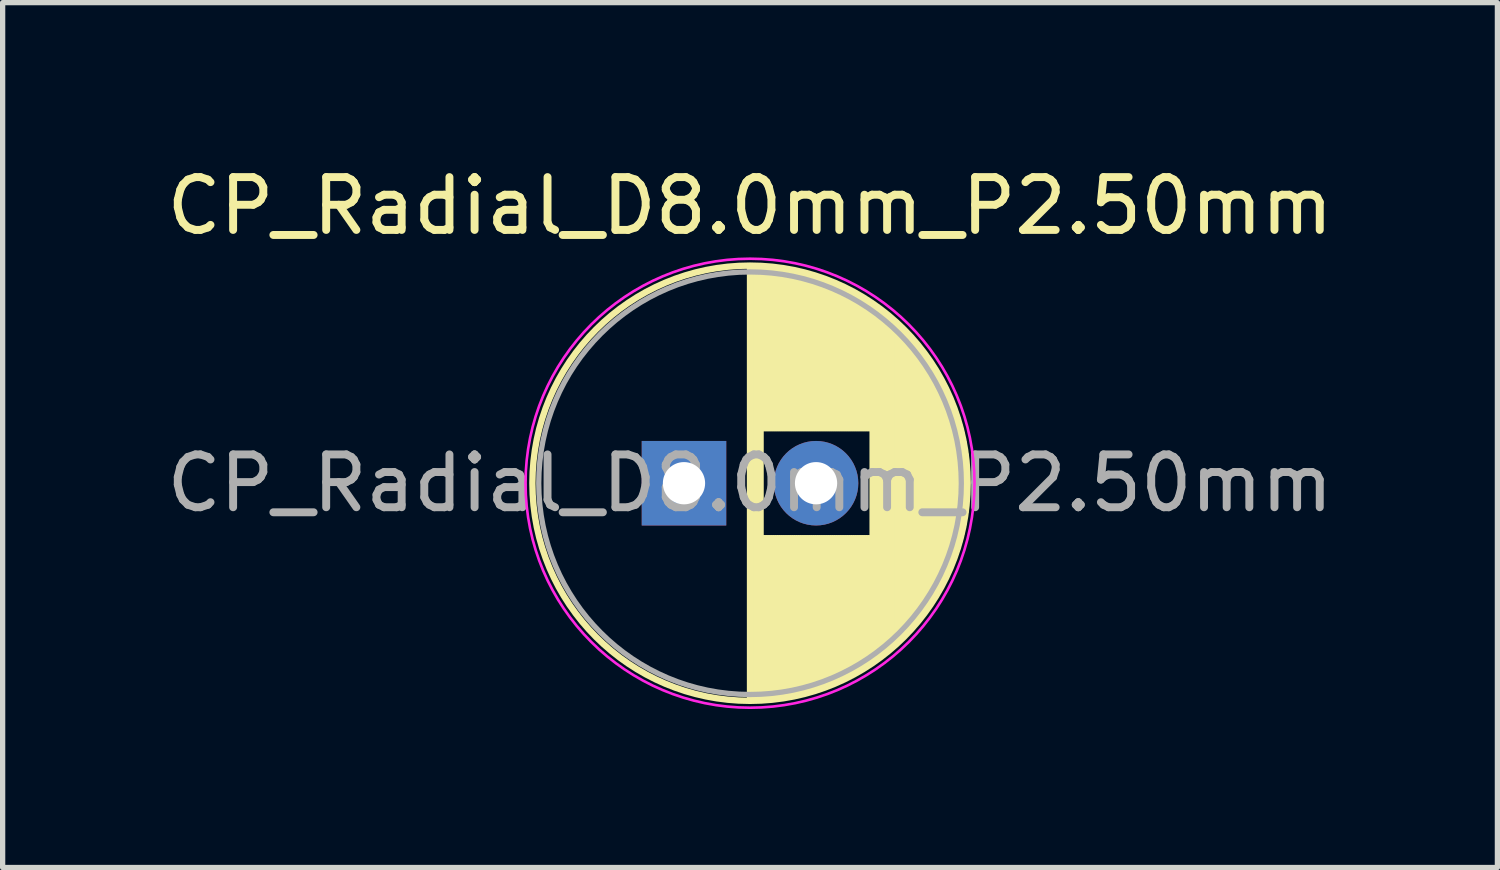
<source format=kicad_pcb>
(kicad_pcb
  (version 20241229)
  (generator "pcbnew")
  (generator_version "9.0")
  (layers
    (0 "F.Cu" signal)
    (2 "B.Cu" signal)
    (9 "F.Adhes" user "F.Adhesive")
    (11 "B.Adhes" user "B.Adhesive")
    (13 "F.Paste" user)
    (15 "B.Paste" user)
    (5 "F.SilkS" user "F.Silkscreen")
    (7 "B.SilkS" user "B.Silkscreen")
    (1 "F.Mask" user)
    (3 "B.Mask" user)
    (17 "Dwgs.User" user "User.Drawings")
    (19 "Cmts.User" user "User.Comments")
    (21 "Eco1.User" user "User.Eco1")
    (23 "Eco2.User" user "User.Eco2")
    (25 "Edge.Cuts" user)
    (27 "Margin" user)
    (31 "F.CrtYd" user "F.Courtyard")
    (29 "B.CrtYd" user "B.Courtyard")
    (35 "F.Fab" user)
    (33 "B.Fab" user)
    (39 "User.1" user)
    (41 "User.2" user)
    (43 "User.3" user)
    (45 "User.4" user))
  (footprint "CP_Radial_D8.0mm_P2.50mm"
    (layer "F.Cu")
    (at 9.899 6.098)
    (property "Reference" "CP_Radial_D8.0mm_P2.50mm" (at 1.25 -5.25 0) (layer "F.SilkS") (effects (font (size 1 1) (thickness 0.15))))
    (attr through_hole)
    (fp_line (start 1.25 -4.08) (end 1.25 4.08) (stroke (width 0.12) (type solid)) (layer "F.SilkS"))
    (fp_line (start 1.29 -4.08) (end 1.29 4.08) (stroke (width 0.12) (type solid)) (layer "F.SilkS"))
    (fp_line (start 1.33 -4.08) (end 1.33 4.08) (stroke (width 0.12) (type solid)) (layer "F.SilkS"))
    (fp_line (start 1.37 -4.079) (end 1.37 4.079) (stroke (width 0.12) (type solid)) (layer "F.SilkS"))
    (fp_line (start 1.41 -4.077) (end 1.41 4.077) (stroke (width 0.12) (type solid)) (layer "F.SilkS"))
    (fp_line (start 1.45 -4.076) (end 1.45 4.076) (stroke (width 0.12) (type solid)) (layer "F.SilkS"))
    (fp_line (start 1.49 -4.074) (end 1.49 -1.04) (stroke (width 0.12) (type solid)) (layer "F.SilkS"))
    (fp_line (start 1.49 1.04) (end 1.49 4.074) (stroke (width 0.12) (type solid)) (layer "F.SilkS"))
    (fp_line (start 1.53 -4.071) (end 1.53 -1.04) (stroke (width 0.12) (type solid)) (layer "F.SilkS"))
    (fp_line (start 1.53 1.04) (end 1.53 4.071) (stroke (width 0.12) (type solid)) (layer "F.SilkS"))
    (fp_line (start 1.57 -4.068) (end 1.57 -1.04) (stroke (width 0.12) (type solid)) (layer "F.SilkS"))
    (fp_line (start 1.57 1.04) (end 1.57 4.068) (stroke (width 0.12) (type solid)) (layer "F.SilkS"))
    (fp_line (start 1.61 -4.065) (end 1.61 -1.04) (stroke (width 0.12) (type solid)) (layer "F.SilkS"))
    (fp_line (start 1.61 1.04) (end 1.61 4.065) (stroke (width 0.12) (type solid)) (layer "F.SilkS"))
    (fp_line (start 1.65 -4.061) (end 1.65 -1.04) (stroke (width 0.12) (type solid)) (layer "F.SilkS"))
    (fp_line (start 1.65 1.04) (end 1.65 4.061) (stroke (width 0.12) (type solid)) (layer "F.SilkS"))
    (fp_line (start 1.69 -4.057) (end 1.69 -1.04) (stroke (width 0.12) (type solid)) (layer "F.SilkS"))
    (fp_line (start 1.69 1.04) (end 1.69 4.057) (stroke (width 0.12) (type solid)) (layer "F.SilkS"))
    (fp_line (start 1.73 -4.052) (end 1.73 -1.04) (stroke (width 0.12) (type solid)) (layer "F.SilkS"))
    (fp_line (start 1.73 1.04) (end 1.73 4.052) (stroke (width 0.12) (type solid)) (layer "F.SilkS"))
    (fp_line (start 1.77 -4.048) (end 1.77 -1.04) (stroke (width 0.12) (type solid)) (layer "F.SilkS"))
    (fp_line (start 1.77 1.04) (end 1.77 4.048) (stroke (width 0.12) (type solid)) (layer "F.SilkS"))
    (fp_line (start 1.81 -4.042) (end 1.81 -1.04) (stroke (width 0.12) (type solid)) (layer "F.SilkS"))
    (fp_line (start 1.81 1.04) (end 1.81 4.042) (stroke (width 0.12) (type solid)) (layer "F.SilkS"))
    (fp_line (start 1.85 -4.037) (end 1.85 -1.04) (stroke (width 0.12) (type solid)) (layer "F.SilkS"))
    (fp_line (start 1.85 1.04) (end 1.85 4.037) (stroke (width 0.12) (type solid)) (layer "F.SilkS"))
    (fp_line (start 1.89 -4.03) (end 1.89 -1.04) (stroke (width 0.12) (type solid)) (layer "F.SilkS"))
    (fp_line (start 1.89 1.04) (end 1.89 4.03) (stroke (width 0.12) (type solid)) (layer "F.SilkS"))
    (fp_line (start 1.93 -4.024) (end 1.93 -1.04) (stroke (width 0.12) (type solid)) (layer "F.SilkS"))
    (fp_line (start 1.93 1.04) (end 1.93 4.024) (stroke (width 0.12) (type solid)) (layer "F.SilkS"))
    (fp_line (start 1.971 -4.017) (end 1.971 -1.04) (stroke (width 0.12) (type solid)) (layer "F.SilkS"))
    (fp_line (start 1.971 1.04) (end 1.971 4.017) (stroke (width 0.12) (type solid)) (layer "F.SilkS"))
    (fp_line (start 2.011 -4.01) (end 2.011 -1.04) (stroke (width 0.12) (type solid)) (layer "F.SilkS"))
    (fp_line (start 2.011 1.04) (end 2.011 4.01) (stroke (width 0.12) (type solid)) (layer "F.SilkS"))
    (fp_line (start 2.051 -4.002) (end 2.051 -1.04) (stroke (width 0.12) (type solid)) (layer "F.SilkS"))
    (fp_line (start 2.051 1.04) (end 2.051 4.002) (stroke (width 0.12) (type solid)) (layer "F.SilkS"))
    (fp_line (start 2.091 -3.994) (end 2.091 -1.04) (stroke (width 0.12) (type solid)) (layer "F.SilkS"))
    (fp_line (start 2.091 1.04) (end 2.091 3.994) (stroke (width 0.12) (type solid)) (layer "F.SilkS"))
    (fp_line (start 2.131 -3.985) (end 2.131 -1.04) (stroke (width 0.12) (type solid)) (layer "F.SilkS"))
    (fp_line (start 2.131 1.04) (end 2.131 3.985) (stroke (width 0.12) (type solid)) (layer "F.SilkS"))
    (fp_line (start 2.171 -3.976) (end 2.171 -1.04) (stroke (width 0.12) (type solid)) (layer "F.SilkS"))
    (fp_line (start 2.171 1.04) (end 2.171 3.976) (stroke (width 0.12) (type solid)) (layer "F.SilkS"))
    (fp_line (start 2.211 -3.967) (end 2.211 -1.04) (stroke (width 0.12) (type solid)) (layer "F.SilkS"))
    (fp_line (start 2.211 1.04) (end 2.211 3.967) (stroke (width 0.12) (type solid)) (layer "F.SilkS"))
    (fp_line (start 2.251 -3.957) (end 2.251 -1.04) (stroke (width 0.12) (type solid)) (layer "F.SilkS"))
    (fp_line (start 2.251 1.04) (end 2.251 3.957) (stroke (width 0.12) (type solid)) (layer "F.SilkS"))
    (fp_line (start 2.291 -3.947) (end 2.291 -1.04) (stroke (width 0.12) (type solid)) (layer "F.SilkS"))
    (fp_line (start 2.291 1.04) (end 2.291 3.947) (stroke (width 0.12) (type solid)) (layer "F.SilkS"))
    (fp_line (start 2.331 -3.936) (end 2.331 -1.04) (stroke (width 0.12) (type solid)) (layer "F.SilkS"))
    (fp_line (start 2.331 1.04) (end 2.331 3.936) (stroke (width 0.12) (type solid)) (layer "F.SilkS"))
    (fp_line (start 2.371 -3.925) (end 2.371 -1.04) (stroke (width 0.12) (type solid)) (layer "F.SilkS"))
    (fp_line (start 2.371 1.04) (end 2.371 3.925) (stroke (width 0.12) (type solid)) (layer "F.SilkS"))
    (fp_line (start 2.411 -3.914) (end 2.411 -1.04) (stroke (width 0.12) (type solid)) (layer "F.SilkS"))
    (fp_line (start 2.411 1.04) (end 2.411 3.914) (stroke (width 0.12) (type solid)) (layer "F.SilkS"))
    (fp_line (start 2.451 -3.902) (end 2.451 -1.04) (stroke (width 0.12) (type solid)) (layer "F.SilkS"))
    (fp_line (start 2.451 1.04) (end 2.451 3.902) (stroke (width 0.12) (type solid)) (layer "F.SilkS"))
    (fp_line (start 2.491 -3.889) (end 2.491 -1.04) (stroke (width 0.12) (type solid)) (layer "F.SilkS"))
    (fp_line (start 2.491 1.04) (end 2.491 3.889) (stroke (width 0.12) (type solid)) (layer "F.SilkS"))
    (fp_line (start 2.531 -3.877) (end 2.531 -1.04) (stroke (width 0.12) (type solid)) (layer "F.SilkS"))
    (fp_line (start 2.531 1.04) (end 2.531 3.877) (stroke (width 0.12) (type solid)) (layer "F.SilkS"))
    (fp_line (start 2.571 -3.863) (end 2.571 -1.04) (stroke (width 0.12) (type solid)) (layer "F.SilkS"))
    (fp_line (start 2.571 1.04) (end 2.571 3.863) (stroke (width 0.12) (type solid)) (layer "F.SilkS"))
    (fp_line (start 2.611 -3.85) (end 2.611 -1.04) (stroke (width 0.12) (type solid)) (layer "F.SilkS"))
    (fp_line (start 2.611 1.04) (end 2.611 3.85) (stroke (width 0.12) (type solid)) (layer "F.SilkS"))
    (fp_line (start 2.651 -3.835) (end 2.651 -1.04) (stroke (width 0.12) (type solid)) (layer "F.SilkS"))
    (fp_line (start 2.651 1.04) (end 2.651 3.835) (stroke (width 0.12) (type solid)) (layer "F.SilkS"))
    (fp_line (start 2.691 -3.821) (end 2.691 -1.04) (stroke (width 0.12) (type solid)) (layer "F.SilkS"))
    (fp_line (start 2.691 1.04) (end 2.691 3.821) (stroke (width 0.12) (type solid)) (layer "F.SilkS"))
    (fp_line (start 2.731 -3.805) (end 2.731 -1.04) (stroke (width 0.12) (type solid)) (layer "F.SilkS"))
    (fp_line (start 2.731 1.04) (end 2.731 3.805) (stroke (width 0.12) (type solid)) (layer "F.SilkS"))
    (fp_line (start 2.771 -3.79) (end 2.771 -1.04) (stroke (width 0.12) (type solid)) (layer "F.SilkS"))
    (fp_line (start 2.771 1.04) (end 2.771 3.79) (stroke (width 0.12) (type solid)) (layer "F.SilkS"))
    (fp_line (start 2.811 -3.774) (end 2.811 -1.04) (stroke (width 0.12) (type solid)) (layer "F.SilkS"))
    (fp_line (start 2.811 1.04) (end 2.811 3.774) (stroke (width 0.12) (type solid)) (layer "F.SilkS"))
    (fp_line (start 2.851 -3.757) (end 2.851 -1.04) (stroke (width 0.12) (type solid)) (layer "F.SilkS"))
    (fp_line (start 2.851 1.04) (end 2.851 3.757) (stroke (width 0.12) (type solid)) (layer "F.SilkS"))
    (fp_line (start 2.891 -3.74) (end 2.891 -1.04) (stroke (width 0.12) (type solid)) (layer "F.SilkS"))
    (fp_line (start 2.891 1.04) (end 2.891 3.74) (stroke (width 0.12) (type solid)) (layer "F.SilkS"))
    (fp_line (start 2.931 -3.722) (end 2.931 -1.04) (stroke (width 0.12) (type solid)) (layer "F.SilkS"))
    (fp_line (start 2.931 1.04) (end 2.931 3.722) (stroke (width 0.12) (type solid)) (layer "F.SilkS"))
    (fp_line (start 2.971 -3.704) (end 2.971 -1.04) (stroke (width 0.12) (type solid)) (layer "F.SilkS"))
    (fp_line (start 2.971 1.04) (end 2.971 3.704) (stroke (width 0.12) (type solid)) (layer "F.SilkS"))
    (fp_line (start 3.011 -3.686) (end 3.011 -1.04) (stroke (width 0.12) (type solid)) (layer "F.SilkS"))
    (fp_line (start 3.011 1.04) (end 3.011 3.686) (stroke (width 0.12) (type solid)) (layer "F.SilkS"))
    (fp_line (start 3.051 -3.666) (end 3.051 -1.04) (stroke (width 0.12) (type solid)) (layer "F.SilkS"))
    (fp_line (start 3.051 1.04) (end 3.051 3.666) (stroke (width 0.12) (type solid)) (layer "F.SilkS"))
    (fp_line (start 3.091 -3.647) (end 3.091 -1.04) (stroke (width 0.12) (type solid)) (layer "F.SilkS"))
    (fp_line (start 3.091 1.04) (end 3.091 3.647) (stroke (width 0.12) (type solid)) (layer "F.SilkS"))
    (fp_line (start 3.131 -3.627) (end 3.131 -1.04) (stroke (width 0.12) (type solid)) (layer "F.SilkS"))
    (fp_line (start 3.131 1.04) (end 3.131 3.627) (stroke (width 0.12) (type solid)) (layer "F.SilkS"))
    (fp_line (start 3.171 -3.606) (end 3.171 -1.04) (stroke (width 0.12) (type solid)) (layer "F.SilkS"))
    (fp_line (start 3.171 1.04) (end 3.171 3.606) (stroke (width 0.12) (type solid)) (layer "F.SilkS"))
    (fp_line (start 3.211 -3.584) (end 3.211 -1.04) (stroke (width 0.12) (type solid)) (layer "F.SilkS"))
    (fp_line (start 3.211 1.04) (end 3.211 3.584) (stroke (width 0.12) (type solid)) (layer "F.SilkS"))
    (fp_line (start 3.251 -3.562) (end 3.251 -1.04) (stroke (width 0.12) (type solid)) (layer "F.SilkS"))
    (fp_line (start 3.251 1.04) (end 3.251 3.562) (stroke (width 0.12) (type solid)) (layer "F.SilkS"))
    (fp_line (start 3.291 -3.54) (end 3.291 -1.04) (stroke (width 0.12) (type solid)) (layer "F.SilkS"))
    (fp_line (start 3.291 1.04) (end 3.291 3.54) (stroke (width 0.12) (type solid)) (layer "F.SilkS"))
    (fp_line (start 3.331 -3.517) (end 3.331 -1.04) (stroke (width 0.12) (type solid)) (layer "F.SilkS"))
    (fp_line (start 3.331 1.04) (end 3.331 3.517) (stroke (width 0.12) (type solid)) (layer "F.SilkS"))
    (fp_line (start 3.371 -3.493) (end 3.371 -1.04) (stroke (width 0.12) (type solid)) (layer "F.SilkS"))
    (fp_line (start 3.371 1.04) (end 3.371 3.493) (stroke (width 0.12) (type solid)) (layer "F.SilkS"))
    (fp_line (start 3.411 -3.469) (end 3.411 -1.04) (stroke (width 0.12) (type solid)) (layer "F.SilkS"))
    (fp_line (start 3.411 1.04) (end 3.411 3.469) (stroke (width 0.12) (type solid)) (layer "F.SilkS"))
    (fp_line (start 3.451 -3.444) (end 3.451 -1.04) (stroke (width 0.12) (type solid)) (layer "F.SilkS"))
    (fp_line (start 3.451 1.04) (end 3.451 3.444) (stroke (width 0.12) (type solid)) (layer "F.SilkS"))
    (fp_line (start 3.491 -3.418) (end 3.491 -1.04) (stroke (width 0.12) (type solid)) (layer "F.SilkS"))
    (fp_line (start 3.491 1.04) (end 3.491 3.418) (stroke (width 0.12) (type solid)) (layer "F.SilkS"))
    (fp_line (start 3.531 -3.392) (end 3.531 -1.04) (stroke (width 0.12) (type solid)) (layer "F.SilkS"))
    (fp_line (start 3.531 1.04) (end 3.531 3.392) (stroke (width 0.12) (type solid)) (layer "F.SilkS"))
    (fp_line (start 3.571 -3.365) (end 3.571 3.365) (stroke (width 0.12) (type solid)) (layer "F.SilkS"))
    (fp_line (start 3.611 -3.338) (end 3.611 3.338) (stroke (width 0.12) (type solid)) (layer "F.SilkS"))
    (fp_line (start 3.651 -3.309) (end 3.651 3.309) (stroke (width 0.12) (type solid)) (layer "F.SilkS"))
    (fp_line (start 3.691 -3.28) (end 3.691 3.28) (stroke (width 0.12) (type solid)) (layer "F.SilkS"))
    (fp_line (start 3.731 -3.25) (end 3.731 3.25) (stroke (width 0.12) (type solid)) (layer "F.SilkS"))
    (fp_line (start 3.771 -3.22) (end 3.771 3.22) (stroke (width 0.12) (type solid)) (layer "F.SilkS"))
    (fp_line (start 3.811 -3.189) (end 3.811 3.189) (stroke (width 0.12) (type solid)) (layer "F.SilkS"))
    (fp_line (start 3.851 -3.156) (end 3.851 3.156) (stroke (width 0.12) (type solid)) (layer "F.SilkS"))
    (fp_line (start 3.891 -3.124) (end 3.891 3.124) (stroke (width 0.12) (type solid)) (layer "F.SilkS"))
    (fp_line (start 3.931 -3.09) (end 3.931 3.09) (stroke (width 0.12) (type solid)) (layer "F.SilkS"))
    (fp_line (start 3.971 -3.055) (end 3.971 3.055) (stroke (width 0.12) (type solid)) (layer "F.SilkS"))
    (fp_line (start 4.011 -3.019) (end 4.011 3.019) (stroke (width 0.12) (type solid)) (layer "F.SilkS"))
    (fp_line (start 4.051 -2.983) (end 4.051 2.983) (stroke (width 0.12) (type solid)) (layer "F.SilkS"))
    (fp_line (start 4.091 -2.945) (end 4.091 2.945) (stroke (width 0.12) (type solid)) (layer "F.SilkS"))
    (fp_line (start 4.131 -2.907) (end 4.131 2.907) (stroke (width 0.12) (type solid)) (layer "F.SilkS"))
    (fp_line (start 4.171 -2.867) (end 4.171 2.867) (stroke (width 0.12) (type solid)) (layer "F.SilkS"))
    (fp_line (start 4.211 -2.826) (end 4.211 2.826) (stroke (width 0.12) (type solid)) (layer "F.SilkS"))
    (fp_line (start 4.251 -2.784) (end 4.251 2.784) (stroke (width 0.12) (type solid)) (layer "F.SilkS"))
    (fp_line (start 4.291 -2.741) (end 4.291 2.741) (stroke (width 0.12) (type solid)) (layer "F.SilkS"))
    (fp_line (start 4.331 -2.697) (end 4.331 2.697) (stroke (width 0.12) (type solid)) (layer "F.SilkS"))
    (fp_line (start 4.371 -2.651) (end 4.371 2.651) (stroke (width 0.12) (type solid)) (layer "F.SilkS"))
    (fp_line (start 4.411 -2.604) (end 4.411 2.604) (stroke (width 0.12) (type solid)) (layer "F.SilkS"))
    (fp_line (start 4.451 -2.556) (end 4.451 2.556) (stroke (width 0.12) (type solid)) (layer "F.SilkS"))
    (fp_line (start 4.491 -2.505) (end 4.491 2.505) (stroke (width 0.12) (type solid)) (layer "F.SilkS"))
    (fp_line (start 4.531 -2.454) (end 4.531 2.454) (stroke (width 0.12) (type solid)) (layer "F.SilkS"))
    (fp_line (start 4.571 -2.4) (end 4.571 2.4) (stroke (width 0.12) (type solid)) (layer "F.SilkS"))
    (fp_line (start 4.611 -2.345) (end 4.611 2.345) (stroke (width 0.12) (type solid)) (layer "F.SilkS"))
    (fp_line (start 4.651 -2.287) (end 4.651 2.287) (stroke (width 0.12) (type solid)) (layer "F.SilkS"))
    (fp_line (start 4.691 -2.228) (end 4.691 2.228) (stroke (width 0.12) (type solid)) (layer "F.SilkS"))
    (fp_line (start 4.731 -2.166) (end 4.731 2.166) (stroke (width 0.12) (type solid)) (layer "F.SilkS"))
    (fp_line (start 4.771 -2.102) (end 4.771 2.102) (stroke (width 0.12) (type solid)) (layer "F.SilkS"))
    (fp_line (start 4.811 -2.034) (end 4.811 2.034) (stroke (width 0.12) (type solid)) (layer "F.SilkS"))
    (fp_line (start 4.851 -1.964) (end 4.851 1.964) (stroke (width 0.12) (type solid)) (layer "F.SilkS"))
    (fp_line (start 4.891 -1.89) (end 4.891 1.89) (stroke (width 0.12) (type solid)) (layer "F.SilkS"))
    (fp_line (start 4.931 -1.813) (end 4.931 1.813) (stroke (width 0.12) (type solid)) (layer "F.SilkS"))
    (fp_line (start 4.971 -1.731) (end 4.971 1.731) (stroke (width 0.12) (type solid)) (layer "F.SilkS"))
    (fp_line (start 5.011 -1.645) (end 5.011 1.645) (stroke (width 0.12) (type solid)) (layer "F.SilkS"))
    (fp_line (start 5.051 -1.552) (end 5.051 1.552) (stroke (width 0.12) (type solid)) (layer "F.SilkS"))
    (fp_line (start 5.091 -1.453) (end 5.091 1.453) (stroke (width 0.12) (type solid)) (layer "F.SilkS"))
    (fp_line (start 5.131 -1.346) (end 5.131 1.346) (stroke (width 0.12) (type solid)) (layer "F.SilkS"))
    (fp_line (start 5.171 -1.229) (end 5.171 1.229) (stroke (width 0.12) (type solid)) (layer "F.SilkS"))
    (fp_line (start 5.211 -1.098) (end 5.211 1.098) (stroke (width 0.12) (type solid)) (layer "F.SilkS"))
    (fp_line (start 5.251 -0.948) (end 5.251 0.948) (stroke (width 0.12) (type solid)) (layer "F.SilkS"))
    (fp_line (start 5.291 -0.768) (end 5.291 0.768) (stroke (width 0.12) (type solid)) (layer "F.SilkS"))
    (fp_line (start 5.331 -0.533) (end 5.331 0.533) (stroke (width 0.12) (type solid)) (layer "F.SilkS"))
    (fp_circle (center 1.25 0) (end 5.37 0) (stroke (width 0.12) (type solid)) (fill no) (layer "F.SilkS"))
    (fp_circle (center 1.25 0) (end 5.5 0) (stroke (width 0.05) (type solid)) (fill no) (layer "F.CrtYd"))
    (fp_circle (center 1.25 0) (end 5.25 0) (stroke (width 0.1) (type solid)) (fill no) (layer "F.Fab"))
    (fp_text user "${REFERENCE}" (at 1.25 0 0) (layer "F.Fab") (effects (font (size 1 1) (thickness 0.15))))
    (pad "1" thru_hole rect (at 0 0) (size 1.6 1.6) (drill 0.8) (layers "*.Cu" "*.Mask"))
    (pad "2" thru_hole circle (at 2.5 0) (size 1.6 1.6) (drill 0.8) (layers "*.Cu" "*.Mask")))
  (gr_rect
    (start -3 -3)
    (end 25.298 13.373)
    (stroke (width 0.1) (type default))
    (fill no)
    (layer "Edge.Cuts")))
</source>
